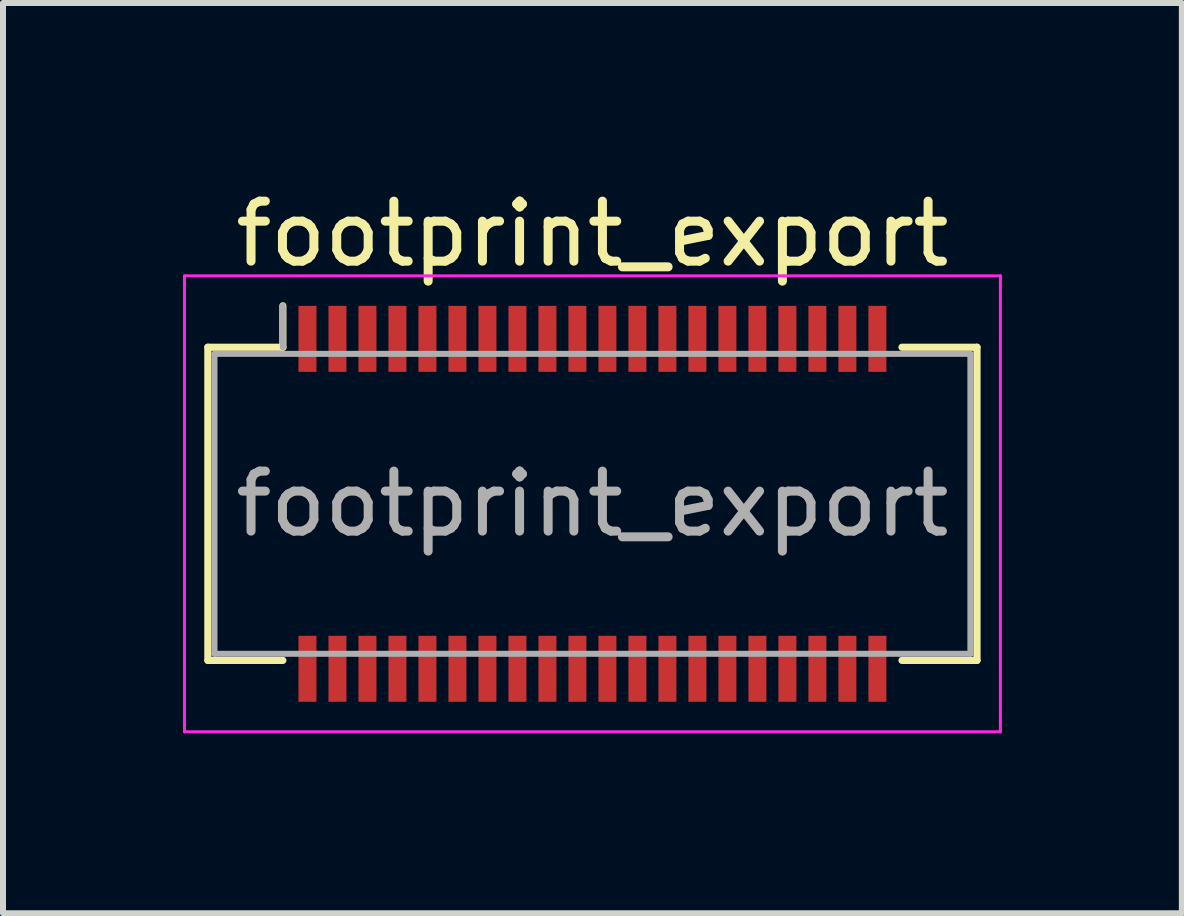
<source format=kicad_pcb>
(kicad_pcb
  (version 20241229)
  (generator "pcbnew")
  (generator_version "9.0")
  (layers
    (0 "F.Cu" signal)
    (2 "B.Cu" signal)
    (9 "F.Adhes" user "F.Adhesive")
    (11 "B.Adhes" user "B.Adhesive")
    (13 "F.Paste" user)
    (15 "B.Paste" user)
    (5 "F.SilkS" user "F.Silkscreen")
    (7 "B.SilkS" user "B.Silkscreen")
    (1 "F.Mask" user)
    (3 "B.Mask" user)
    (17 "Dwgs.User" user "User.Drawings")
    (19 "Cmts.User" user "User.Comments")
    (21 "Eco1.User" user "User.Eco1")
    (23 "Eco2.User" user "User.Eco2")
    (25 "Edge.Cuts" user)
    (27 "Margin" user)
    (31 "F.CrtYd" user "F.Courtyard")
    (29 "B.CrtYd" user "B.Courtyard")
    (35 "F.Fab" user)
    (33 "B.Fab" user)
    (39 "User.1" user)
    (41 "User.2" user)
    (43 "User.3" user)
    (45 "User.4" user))
  (footprint "footprint_export"
    (layer "F.Cu")
    (at 6.825 5.348)
    (property "Reference" "footprint_export" (at 0 -4.5 0) (layer "F.SilkS") (effects (font (size 1 1) (thickness 0.15))))
    (attr smd)
    (fp_line (start -6.41 -2.61) (end -5.16 -2.61) (stroke (width 0.12) (type solid)) (layer "F.SilkS"))
    (fp_line (start -6.41 2.61) (end -6.41 -2.61) (stroke (width 0.12) (type solid)) (layer "F.SilkS"))
    (fp_line (start -5.16 -2.61) (end -5.16 -3.3) (stroke (width 0.12) (type solid)) (layer "F.SilkS"))
    (fp_line (start -5.16 2.61) (end -6.41 2.61) (stroke (width 0.12) (type solid)) (layer "F.SilkS"))
    (fp_line (start 5.16 2.61) (end 6.41 2.61) (stroke (width 0.12) (type solid)) (layer "F.SilkS"))
    (fp_line (start 6.41 -2.61) (end 5.16 -2.61) (stroke (width 0.12) (type solid)) (layer "F.SilkS"))
    (fp_line (start 6.41 2.61) (end 6.41 -2.61) (stroke (width 0.12) (type solid)) (layer "F.SilkS"))
    (fp_line (start -6.8 -3.8) (end -6.8 3.8) (stroke (width 0.05) (type solid)) (layer "F.CrtYd"))
    (fp_line (start -6.8 3.8) (end 6.8 3.8) (stroke (width 0.05) (type solid)) (layer "F.CrtYd"))
    (fp_line (start 6.8 -3.8) (end -6.8 -3.8) (stroke (width 0.05) (type solid)) (layer "F.CrtYd"))
    (fp_line (start 6.8 3.8) (end 6.8 -3.8) (stroke (width 0.05) (type solid)) (layer "F.CrtYd"))
    (fp_line (start -6.3 -2.5) (end -6.3 2.5) (stroke (width 0.1) (type solid)) (layer "F.Fab"))
    (fp_line (start -6.3 2.5) (end 6.3 2.5) (stroke (width 0.1) (type solid)) (layer "F.Fab"))
    (fp_line (start -5.16 -2.61) (end -5.16 -3.3) (stroke (width 0.1) (type solid)) (layer "F.Fab"))
    (fp_line (start 6.3 -2.5) (end -6.3 -2.5) (stroke (width 0.1) (type solid)) (layer "F.Fab"))
    (fp_line (start 6.3 2.5) (end 6.3 -2.5) (stroke (width 0.1) (type solid)) (layer "F.Fab"))
    (fp_text user "${REFERENCE}" (at 0 0 0) (layer "F.Fab") (effects (font (size 1 1) (thickness 0.15))))
    (pad "1" smd rect (at -4.75 -2.75) (size 0.3 1.1) (layers "F.Cu" "F.Mask" "F.Paste"))
    (pad "2" smd rect (at -4.75 2.75) (size 0.3 1.1) (layers "F.Cu" "F.Mask" "F.Paste"))
    (pad "3" smd rect (at -4.25 -2.75) (size 0.3 1.1) (layers "F.Cu" "F.Mask" "F.Paste"))
    (pad "4" smd rect (at -4.25 2.75) (size 0.3 1.1) (layers "F.Cu" "F.Mask" "F.Paste"))
    (pad "5" smd rect (at -3.75 -2.75) (size 0.3 1.1) (layers "F.Cu" "F.Mask" "F.Paste"))
    (pad "6" smd rect (at -3.75 2.75) (size 0.3 1.1) (layers "F.Cu" "F.Mask" "F.Paste"))
    (pad "7" smd rect (at -3.25 -2.75) (size 0.3 1.1) (layers "F.Cu" "F.Mask" "F.Paste"))
    (pad "8" smd rect (at -3.25 2.75) (size 0.3 1.1) (layers "F.Cu" "F.Mask" "F.Paste"))
    (pad "9" smd rect (at -2.75 -2.75) (size 0.3 1.1) (layers "F.Cu" "F.Mask" "F.Paste"))
    (pad "10" smd rect (at -2.75 2.75) (size 0.3 1.1) (layers "F.Cu" "F.Mask" "F.Paste"))
    (pad "11" smd rect (at -2.25 -2.75) (size 0.3 1.1) (layers "F.Cu" "F.Mask" "F.Paste"))
    (pad "12" smd rect (at -2.25 2.75) (size 0.3 1.1) (layers "F.Cu" "F.Mask" "F.Paste"))
    (pad "13" smd rect (at -1.75 -2.75) (size 0.3 1.1) (layers "F.Cu" "F.Mask" "F.Paste"))
    (pad "14" smd rect (at -1.75 2.75) (size 0.3 1.1) (layers "F.Cu" "F.Mask" "F.Paste"))
    (pad "15" smd rect (at -1.25 -2.75) (size 0.3 1.1) (layers "F.Cu" "F.Mask" "F.Paste"))
    (pad "16" smd rect (at -1.25 2.75) (size 0.3 1.1) (layers "F.Cu" "F.Mask" "F.Paste"))
    (pad "17" smd rect (at -0.75 -2.75) (size 0.3 1.1) (layers "F.Cu" "F.Mask" "F.Paste"))
    (pad "18" smd rect (at -0.75 2.75) (size 0.3 1.1) (layers "F.Cu" "F.Mask" "F.Paste"))
    (pad "19" smd rect (at -0.25 -2.75) (size 0.3 1.1) (layers "F.Cu" "F.Mask" "F.Paste"))
    (pad "20" smd rect (at -0.25 2.75) (size 0.3 1.1) (layers "F.Cu" "F.Mask" "F.Paste"))
    (pad "21" smd rect (at 0.25 -2.75) (size 0.3 1.1) (layers "F.Cu" "F.Mask" "F.Paste"))
    (pad "22" smd rect (at 0.25 2.75) (size 0.3 1.1) (layers "F.Cu" "F.Mask" "F.Paste"))
    (pad "23" smd rect (at 0.75 -2.75) (size 0.3 1.1) (layers "F.Cu" "F.Mask" "F.Paste"))
    (pad "24" smd rect (at 0.75 2.75) (size 0.3 1.1) (layers "F.Cu" "F.Mask" "F.Paste"))
    (pad "25" smd rect (at 1.25 -2.75) (size 0.3 1.1) (layers "F.Cu" "F.Mask" "F.Paste"))
    (pad "26" smd rect (at 1.25 2.75) (size 0.3 1.1) (layers "F.Cu" "F.Mask" "F.Paste"))
    (pad "27" smd rect (at 1.75 -2.75) (size 0.3 1.1) (layers "F.Cu" "F.Mask" "F.Paste"))
    (pad "28" smd rect (at 1.75 2.75) (size 0.3 1.1) (layers "F.Cu" "F.Mask" "F.Paste"))
    (pad "29" smd rect (at 2.25 -2.75) (size 0.3 1.1) (layers "F.Cu" "F.Mask" "F.Paste"))
    (pad "30" smd rect (at 2.25 2.75) (size 0.3 1.1) (layers "F.Cu" "F.Mask" "F.Paste"))
    (pad "31" smd rect (at 2.75 -2.75) (size 0.3 1.1) (layers "F.Cu" "F.Mask" "F.Paste"))
    (pad "32" smd rect (at 2.75 2.75) (size 0.3 1.1) (layers "F.Cu" "F.Mask" "F.Paste"))
    (pad "33" smd rect (at 3.25 -2.75) (size 0.3 1.1) (layers "F.Cu" "F.Mask" "F.Paste"))
    (pad "34" smd rect (at 3.25 2.75) (size 0.3 1.1) (layers "F.Cu" "F.Mask" "F.Paste"))
    (pad "35" smd rect (at 3.75 -2.75) (size 0.3 1.1) (layers "F.Cu" "F.Mask" "F.Paste"))
    (pad "36" smd rect (at 3.75 2.75) (size 0.3 1.1) (layers "F.Cu" "F.Mask" "F.Paste"))
    (pad "37" smd rect (at 4.25 -2.75) (size 0.3 1.1) (layers "F.Cu" "F.Mask" "F.Paste"))
    (pad "38" smd rect (at 4.25 2.75) (size 0.3 1.1) (layers "F.Cu" "F.Mask" "F.Paste"))
    (pad "39" smd rect (at 4.75 -2.75) (size 0.3 1.1) (layers "F.Cu" "F.Mask" "F.Paste"))
    (pad "40" smd rect (at 4.75 2.75) (size 0.3 1.1) (layers "F.Cu" "F.Mask" "F.Paste")))
  (gr_rect
    (start -3 -3)
    (end 16.65 12.173)
    (stroke (width 0.1) (type default))
    (fill no)
    (layer "Edge.Cuts")))
</source>
